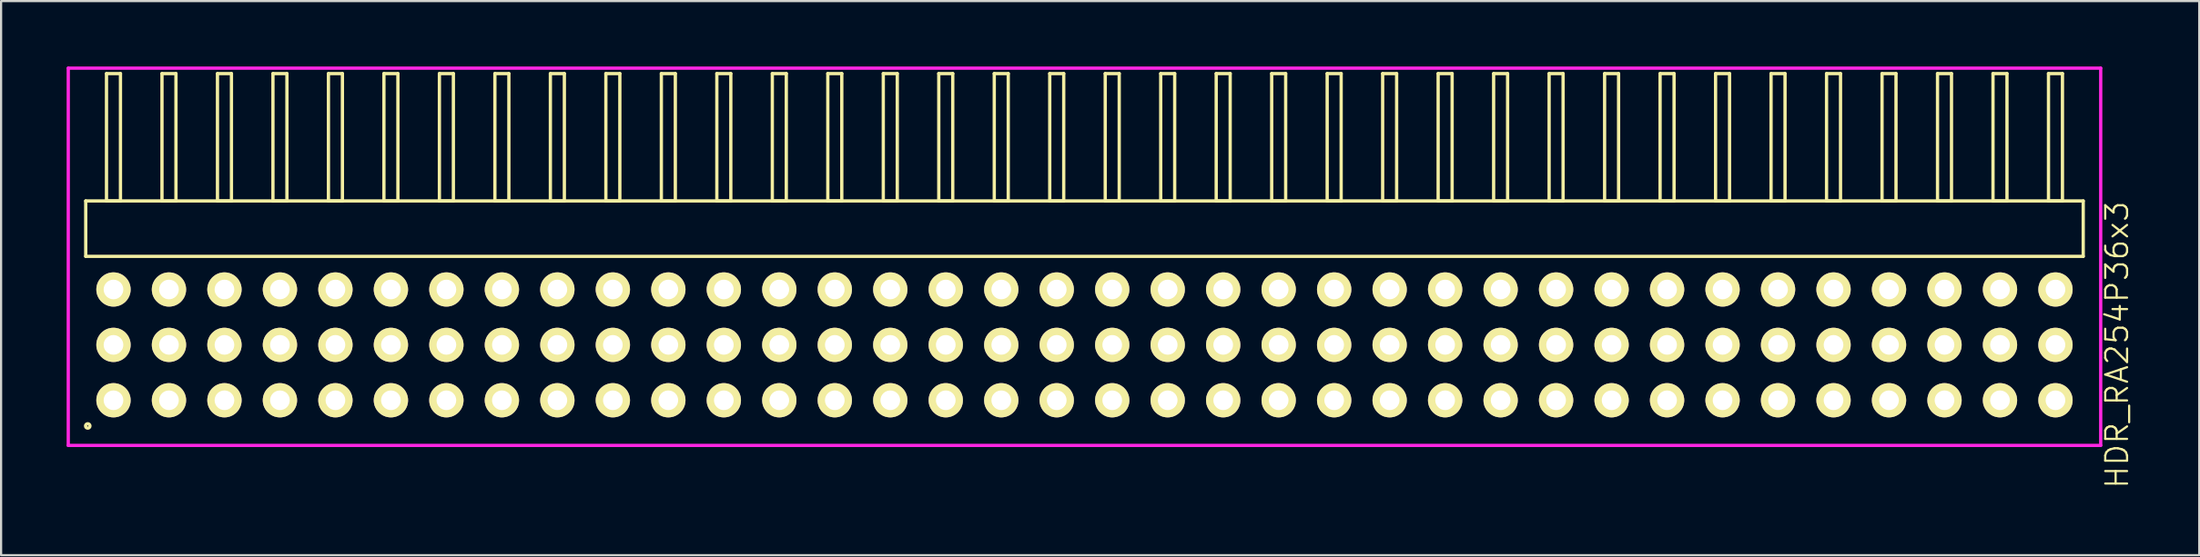
<source format=kicad_pcb>
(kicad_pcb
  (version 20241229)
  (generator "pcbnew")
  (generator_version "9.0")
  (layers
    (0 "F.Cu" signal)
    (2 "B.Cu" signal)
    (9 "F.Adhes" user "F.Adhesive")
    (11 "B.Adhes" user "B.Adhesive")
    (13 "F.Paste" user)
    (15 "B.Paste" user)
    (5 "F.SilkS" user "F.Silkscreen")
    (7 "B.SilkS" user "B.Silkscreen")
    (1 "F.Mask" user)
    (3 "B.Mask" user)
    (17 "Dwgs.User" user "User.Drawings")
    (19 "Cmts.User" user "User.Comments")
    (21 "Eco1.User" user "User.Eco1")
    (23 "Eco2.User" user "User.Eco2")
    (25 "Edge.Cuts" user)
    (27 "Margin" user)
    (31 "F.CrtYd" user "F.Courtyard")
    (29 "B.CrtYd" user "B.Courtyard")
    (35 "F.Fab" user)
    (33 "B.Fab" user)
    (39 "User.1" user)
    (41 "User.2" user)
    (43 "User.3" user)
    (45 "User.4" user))
  (footprint "HDR_RA254P36x3"
    (layer "F.Cu")
    (at 46.595 12.765)
    (property "Reference" "HDR_RA254P36x3" (at 47.27 0 90) (layer "F.SilkS") (effects (font (size 1 1) (thickness 0.1))))
    (attr through_hole)
    (fp_line (start -45.72 -6.6) (end -45.72 -4.06) (stroke (width 0.15) (type solid)) (layer "F.SilkS"))
    (fp_line (start -45.72 -4.06) (end 45.72 -4.06) (stroke (width 0.15) (type solid)) (layer "F.SilkS"))
    (fp_line (start -44.77 -12.44) (end -44.77 -6.6) (stroke (width 0.15) (type solid)) (layer "F.SilkS"))
    (fp_line (start -44.77 -6.6) (end -44.13 -6.6) (stroke (width 0.15) (type solid)) (layer "F.SilkS"))
    (fp_line (start -44.13 -12.44) (end -44.77 -12.44) (stroke (width 0.15) (type solid)) (layer "F.SilkS"))
    (fp_line (start -44.13 -6.6) (end -44.13 -12.44) (stroke (width 0.15) (type solid)) (layer "F.SilkS"))
    (fp_line (start -42.23 -12.44) (end -42.23 -6.6) (stroke (width 0.15) (type solid)) (layer "F.SilkS"))
    (fp_line (start -42.23 -6.6) (end -41.59 -6.6) (stroke (width 0.15) (type solid)) (layer "F.SilkS"))
    (fp_line (start -41.59 -12.44) (end -42.23 -12.44) (stroke (width 0.15) (type solid)) (layer "F.SilkS"))
    (fp_line (start -41.59 -6.6) (end -41.59 -12.44) (stroke (width 0.15) (type solid)) (layer "F.SilkS"))
    (fp_line (start -39.69 -12.44) (end -39.69 -6.6) (stroke (width 0.15) (type solid)) (layer "F.SilkS"))
    (fp_line (start -39.69 -6.6) (end -39.05 -6.6) (stroke (width 0.15) (type solid)) (layer "F.SilkS"))
    (fp_line (start -39.05 -12.44) (end -39.69 -12.44) (stroke (width 0.15) (type solid)) (layer "F.SilkS"))
    (fp_line (start -39.05 -6.6) (end -39.05 -12.44) (stroke (width 0.15) (type solid)) (layer "F.SilkS"))
    (fp_line (start -37.15 -12.44) (end -37.15 -6.6) (stroke (width 0.15) (type solid)) (layer "F.SilkS"))
    (fp_line (start -37.15 -6.6) (end -36.51 -6.6) (stroke (width 0.15) (type solid)) (layer "F.SilkS"))
    (fp_line (start -36.51 -12.44) (end -37.15 -12.44) (stroke (width 0.15) (type solid)) (layer "F.SilkS"))
    (fp_line (start -36.51 -6.6) (end -36.51 -12.44) (stroke (width 0.15) (type solid)) (layer "F.SilkS"))
    (fp_line (start -34.61 -12.44) (end -34.61 -6.6) (stroke (width 0.15) (type solid)) (layer "F.SilkS"))
    (fp_line (start -34.61 -6.6) (end -33.97 -6.6) (stroke (width 0.15) (type solid)) (layer "F.SilkS"))
    (fp_line (start -33.97 -12.44) (end -34.61 -12.44) (stroke (width 0.15) (type solid)) (layer "F.SilkS"))
    (fp_line (start -33.97 -6.6) (end -33.97 -12.44) (stroke (width 0.15) (type solid)) (layer "F.SilkS"))
    (fp_line (start -32.07 -12.44) (end -32.07 -6.6) (stroke (width 0.15) (type solid)) (layer "F.SilkS"))
    (fp_line (start -32.07 -6.6) (end -31.43 -6.6) (stroke (width 0.15) (type solid)) (layer "F.SilkS"))
    (fp_line (start -31.43 -12.44) (end -32.07 -12.44) (stroke (width 0.15) (type solid)) (layer "F.SilkS"))
    (fp_line (start -31.43 -6.6) (end -31.43 -12.44) (stroke (width 0.15) (type solid)) (layer "F.SilkS"))
    (fp_line (start -29.53 -12.44) (end -29.53 -6.6) (stroke (width 0.15) (type solid)) (layer "F.SilkS"))
    (fp_line (start -29.53 -6.6) (end -28.89 -6.6) (stroke (width 0.15) (type solid)) (layer "F.SilkS"))
    (fp_line (start -28.89 -12.44) (end -29.53 -12.44) (stroke (width 0.15) (type solid)) (layer "F.SilkS"))
    (fp_line (start -28.89 -6.6) (end -28.89 -12.44) (stroke (width 0.15) (type solid)) (layer "F.SilkS"))
    (fp_line (start -26.99 -12.44) (end -26.99 -6.6) (stroke (width 0.15) (type solid)) (layer "F.SilkS"))
    (fp_line (start -26.99 -6.6) (end -26.35 -6.6) (stroke (width 0.15) (type solid)) (layer "F.SilkS"))
    (fp_line (start -26.35 -12.44) (end -26.99 -12.44) (stroke (width 0.15) (type solid)) (layer "F.SilkS"))
    (fp_line (start -26.35 -6.6) (end -26.35 -12.44) (stroke (width 0.15) (type solid)) (layer "F.SilkS"))
    (fp_line (start -24.45 -12.44) (end -24.45 -6.6) (stroke (width 0.15) (type solid)) (layer "F.SilkS"))
    (fp_line (start -24.45 -6.6) (end -23.81 -6.6) (stroke (width 0.15) (type solid)) (layer "F.SilkS"))
    (fp_line (start -23.81 -12.44) (end -24.45 -12.44) (stroke (width 0.15) (type solid)) (layer "F.SilkS"))
    (fp_line (start -23.81 -6.6) (end -23.81 -12.44) (stroke (width 0.15) (type solid)) (layer "F.SilkS"))
    (fp_line (start -21.91 -12.44) (end -21.91 -6.6) (stroke (width 0.15) (type solid)) (layer "F.SilkS"))
    (fp_line (start -21.91 -6.6) (end -21.27 -6.6) (stroke (width 0.15) (type solid)) (layer "F.SilkS"))
    (fp_line (start -21.27 -12.44) (end -21.91 -12.44) (stroke (width 0.15) (type solid)) (layer "F.SilkS"))
    (fp_line (start -21.27 -6.6) (end -21.27 -12.44) (stroke (width 0.15) (type solid)) (layer "F.SilkS"))
    (fp_line (start -19.37 -12.44) (end -19.37 -6.6) (stroke (width 0.15) (type solid)) (layer "F.SilkS"))
    (fp_line (start -19.37 -6.6) (end -18.73 -6.6) (stroke (width 0.15) (type solid)) (layer "F.SilkS"))
    (fp_line (start -18.73 -12.44) (end -19.37 -12.44) (stroke (width 0.15) (type solid)) (layer "F.SilkS"))
    (fp_line (start -18.73 -6.6) (end -18.73 -12.44) (stroke (width 0.15) (type solid)) (layer "F.SilkS"))
    (fp_line (start -16.83 -12.44) (end -16.83 -6.6) (stroke (width 0.15) (type solid)) (layer "F.SilkS"))
    (fp_line (start -16.83 -6.6) (end -16.19 -6.6) (stroke (width 0.15) (type solid)) (layer "F.SilkS"))
    (fp_line (start -16.19 -12.44) (end -16.83 -12.44) (stroke (width 0.15) (type solid)) (layer "F.SilkS"))
    (fp_line (start -16.19 -6.6) (end -16.19 -12.44) (stroke (width 0.15) (type solid)) (layer "F.SilkS"))
    (fp_line (start -14.29 -12.44) (end -14.29 -6.6) (stroke (width 0.15) (type solid)) (layer "F.SilkS"))
    (fp_line (start -14.29 -6.6) (end -13.65 -6.6) (stroke (width 0.15) (type solid)) (layer "F.SilkS"))
    (fp_line (start -13.65 -12.44) (end -14.29 -12.44) (stroke (width 0.15) (type solid)) (layer "F.SilkS"))
    (fp_line (start -13.65 -6.6) (end -13.65 -12.44) (stroke (width 0.15) (type solid)) (layer "F.SilkS"))
    (fp_line (start -11.75 -12.44) (end -11.75 -6.6) (stroke (width 0.15) (type solid)) (layer "F.SilkS"))
    (fp_line (start -11.75 -6.6) (end -11.11 -6.6) (stroke (width 0.15) (type solid)) (layer "F.SilkS"))
    (fp_line (start -11.11 -12.44) (end -11.75 -12.44) (stroke (width 0.15) (type solid)) (layer "F.SilkS"))
    (fp_line (start -11.11 -6.6) (end -11.11 -12.44) (stroke (width 0.15) (type solid)) (layer "F.SilkS"))
    (fp_line (start -9.21 -12.44) (end -9.21 -6.6) (stroke (width 0.15) (type solid)) (layer "F.SilkS"))
    (fp_line (start -9.21 -6.6) (end -8.57 -6.6) (stroke (width 0.15) (type solid)) (layer "F.SilkS"))
    (fp_line (start -8.57 -12.44) (end -9.21 -12.44) (stroke (width 0.15) (type solid)) (layer "F.SilkS"))
    (fp_line (start -8.57 -6.6) (end -8.57 -12.44) (stroke (width 0.15) (type solid)) (layer "F.SilkS"))
    (fp_line (start -6.67 -12.44) (end -6.67 -6.6) (stroke (width 0.15) (type solid)) (layer "F.SilkS"))
    (fp_line (start -6.67 -6.6) (end -6.03 -6.6) (stroke (width 0.15) (type solid)) (layer "F.SilkS"))
    (fp_line (start -6.03 -12.44) (end -6.67 -12.44) (stroke (width 0.15) (type solid)) (layer "F.SilkS"))
    (fp_line (start -6.03 -6.6) (end -6.03 -12.44) (stroke (width 0.15) (type solid)) (layer "F.SilkS"))
    (fp_line (start -4.13 -12.44) (end -4.13 -6.6) (stroke (width 0.15) (type solid)) (layer "F.SilkS"))
    (fp_line (start -4.13 -6.6) (end -3.49 -6.6) (stroke (width 0.15) (type solid)) (layer "F.SilkS"))
    (fp_line (start -3.49 -12.44) (end -4.13 -12.44) (stroke (width 0.15) (type solid)) (layer "F.SilkS"))
    (fp_line (start -3.49 -6.6) (end -3.49 -12.44) (stroke (width 0.15) (type solid)) (layer "F.SilkS"))
    (fp_line (start -1.59 -12.44) (end -1.59 -6.6) (stroke (width 0.15) (type solid)) (layer "F.SilkS"))
    (fp_line (start -1.59 -6.6) (end -0.95 -6.6) (stroke (width 0.15) (type solid)) (layer "F.SilkS"))
    (fp_line (start -0.95 -12.44) (end -1.59 -12.44) (stroke (width 0.15) (type solid)) (layer "F.SilkS"))
    (fp_line (start -0.95 -6.6) (end -0.95 -12.44) (stroke (width 0.15) (type solid)) (layer "F.SilkS"))
    (fp_line (start 0.95 -12.44) (end 0.95 -6.6) (stroke (width 0.15) (type solid)) (layer "F.SilkS"))
    (fp_line (start 0.95 -6.6) (end 1.59 -6.6) (stroke (width 0.15) (type solid)) (layer "F.SilkS"))
    (fp_line (start 1.59 -12.44) (end 0.95 -12.44) (stroke (width 0.15) (type solid)) (layer "F.SilkS"))
    (fp_line (start 1.59 -6.6) (end 1.59 -12.44) (stroke (width 0.15) (type solid)) (layer "F.SilkS"))
    (fp_line (start 3.49 -12.44) (end 3.49 -6.6) (stroke (width 0.15) (type solid)) (layer "F.SilkS"))
    (fp_line (start 3.49 -6.6) (end 4.13 -6.6) (stroke (width 0.15) (type solid)) (layer "F.SilkS"))
    (fp_line (start 4.13 -12.44) (end 3.49 -12.44) (stroke (width 0.15) (type solid)) (layer "F.SilkS"))
    (fp_line (start 4.13 -6.6) (end 4.13 -12.44) (stroke (width 0.15) (type solid)) (layer "F.SilkS"))
    (fp_line (start 6.03 -12.44) (end 6.03 -6.6) (stroke (width 0.15) (type solid)) (layer "F.SilkS"))
    (fp_line (start 6.03 -6.6) (end 6.67 -6.6) (stroke (width 0.15) (type solid)) (layer "F.SilkS"))
    (fp_line (start 6.67 -12.44) (end 6.03 -12.44) (stroke (width 0.15) (type solid)) (layer "F.SilkS"))
    (fp_line (start 6.67 -6.6) (end 6.67 -12.44) (stroke (width 0.15) (type solid)) (layer "F.SilkS"))
    (fp_line (start 8.57 -12.44) (end 8.57 -6.6) (stroke (width 0.15) (type solid)) (layer "F.SilkS"))
    (fp_line (start 8.57 -6.6) (end 9.21 -6.6) (stroke (width 0.15) (type solid)) (layer "F.SilkS"))
    (fp_line (start 9.21 -12.44) (end 8.57 -12.44) (stroke (width 0.15) (type solid)) (layer "F.SilkS"))
    (fp_line (start 9.21 -6.6) (end 9.21 -12.44) (stroke (width 0.15) (type solid)) (layer "F.SilkS"))
    (fp_line (start 11.11 -12.44) (end 11.11 -6.6) (stroke (width 0.15) (type solid)) (layer "F.SilkS"))
    (fp_line (start 11.11 -6.6) (end 11.75 -6.6) (stroke (width 0.15) (type solid)) (layer "F.SilkS"))
    (fp_line (start 11.75 -12.44) (end 11.11 -12.44) (stroke (width 0.15) (type solid)) (layer "F.SilkS"))
    (fp_line (start 11.75 -6.6) (end 11.75 -12.44) (stroke (width 0.15) (type solid)) (layer "F.SilkS"))
    (fp_line (start 13.65 -12.44) (end 13.65 -6.6) (stroke (width 0.15) (type solid)) (layer "F.SilkS"))
    (fp_line (start 13.65 -6.6) (end 14.29 -6.6) (stroke (width 0.15) (type solid)) (layer "F.SilkS"))
    (fp_line (start 14.29 -12.44) (end 13.65 -12.44) (stroke (width 0.15) (type solid)) (layer "F.SilkS"))
    (fp_line (start 14.29 -6.6) (end 14.29 -12.44) (stroke (width 0.15) (type solid)) (layer "F.SilkS"))
    (fp_line (start 16.19 -12.44) (end 16.19 -6.6) (stroke (width 0.15) (type solid)) (layer "F.SilkS"))
    (fp_line (start 16.19 -6.6) (end 16.83 -6.6) (stroke (width 0.15) (type solid)) (layer "F.SilkS"))
    (fp_line (start 16.83 -12.44) (end 16.19 -12.44) (stroke (width 0.15) (type solid)) (layer "F.SilkS"))
    (fp_line (start 16.83 -6.6) (end 16.83 -12.44) (stroke (width 0.15) (type solid)) (layer "F.SilkS"))
    (fp_line (start 18.73 -12.44) (end 18.73 -6.6) (stroke (width 0.15) (type solid)) (layer "F.SilkS"))
    (fp_line (start 18.73 -6.6) (end 19.37 -6.6) (stroke (width 0.15) (type solid)) (layer "F.SilkS"))
    (fp_line (start 19.37 -12.44) (end 18.73 -12.44) (stroke (width 0.15) (type solid)) (layer "F.SilkS"))
    (fp_line (start 19.37 -6.6) (end 19.37 -12.44) (stroke (width 0.15) (type solid)) (layer "F.SilkS"))
    (fp_line (start 21.27 -12.44) (end 21.27 -6.6) (stroke (width 0.15) (type solid)) (layer "F.SilkS"))
    (fp_line (start 21.27 -6.6) (end 21.91 -6.6) (stroke (width 0.15) (type solid)) (layer "F.SilkS"))
    (fp_line (start 21.91 -12.44) (end 21.27 -12.44) (stroke (width 0.15) (type solid)) (layer "F.SilkS"))
    (fp_line (start 21.91 -6.6) (end 21.91 -12.44) (stroke (width 0.15) (type solid)) (layer "F.SilkS"))
    (fp_line (start 23.81 -12.44) (end 23.81 -6.6) (stroke (width 0.15) (type solid)) (layer "F.SilkS"))
    (fp_line (start 23.81 -6.6) (end 24.45 -6.6) (stroke (width 0.15) (type solid)) (layer "F.SilkS"))
    (fp_line (start 24.45 -12.44) (end 23.81 -12.44) (stroke (width 0.15) (type solid)) (layer "F.SilkS"))
    (fp_line (start 24.45 -6.6) (end 24.45 -12.44) (stroke (width 0.15) (type solid)) (layer "F.SilkS"))
    (fp_line (start 26.35 -12.44) (end 26.35 -6.6) (stroke (width 0.15) (type solid)) (layer "F.SilkS"))
    (fp_line (start 26.35 -6.6) (end 26.99 -6.6) (stroke (width 0.15) (type solid)) (layer "F.SilkS"))
    (fp_line (start 26.99 -12.44) (end 26.35 -12.44) (stroke (width 0.15) (type solid)) (layer "F.SilkS"))
    (fp_line (start 26.99 -6.6) (end 26.99 -12.44) (stroke (width 0.15) (type solid)) (layer "F.SilkS"))
    (fp_line (start 28.89 -12.44) (end 28.89 -6.6) (stroke (width 0.15) (type solid)) (layer "F.SilkS"))
    (fp_line (start 28.89 -6.6) (end 29.53 -6.6) (stroke (width 0.15) (type solid)) (layer "F.SilkS"))
    (fp_line (start 29.53 -12.44) (end 28.89 -12.44) (stroke (width 0.15) (type solid)) (layer "F.SilkS"))
    (fp_line (start 29.53 -6.6) (end 29.53 -12.44) (stroke (width 0.15) (type solid)) (layer "F.SilkS"))
    (fp_line (start 31.43 -12.44) (end 31.43 -6.6) (stroke (width 0.15) (type solid)) (layer "F.SilkS"))
    (fp_line (start 31.43 -6.6) (end 32.07 -6.6) (stroke (width 0.15) (type solid)) (layer "F.SilkS"))
    (fp_line (start 32.07 -12.44) (end 31.43 -12.44) (stroke (width 0.15) (type solid)) (layer "F.SilkS"))
    (fp_line (start 32.07 -6.6) (end 32.07 -12.44) (stroke (width 0.15) (type solid)) (layer "F.SilkS"))
    (fp_line (start 33.97 -12.44) (end 33.97 -6.6) (stroke (width 0.15) (type solid)) (layer "F.SilkS"))
    (fp_line (start 33.97 -6.6) (end 34.61 -6.6) (stroke (width 0.15) (type solid)) (layer "F.SilkS"))
    (fp_line (start 34.61 -12.44) (end 33.97 -12.44) (stroke (width 0.15) (type solid)) (layer "F.SilkS"))
    (fp_line (start 34.61 -6.6) (end 34.61 -12.44) (stroke (width 0.15) (type solid)) (layer "F.SilkS"))
    (fp_line (start 36.51 -12.44) (end 36.51 -6.6) (stroke (width 0.15) (type solid)) (layer "F.SilkS"))
    (fp_line (start 36.51 -6.6) (end 37.15 -6.6) (stroke (width 0.15) (type solid)) (layer "F.SilkS"))
    (fp_line (start 37.15 -12.44) (end 36.51 -12.44) (stroke (width 0.15) (type solid)) (layer "F.SilkS"))
    (fp_line (start 37.15 -6.6) (end 37.15 -12.44) (stroke (width 0.15) (type solid)) (layer "F.SilkS"))
    (fp_line (start 39.05 -12.44) (end 39.05 -6.6) (stroke (width 0.15) (type solid)) (layer "F.SilkS"))
    (fp_line (start 39.05 -6.6) (end 39.69 -6.6) (stroke (width 0.15) (type solid)) (layer "F.SilkS"))
    (fp_line (start 39.69 -12.44) (end 39.05 -12.44) (stroke (width 0.15) (type solid)) (layer "F.SilkS"))
    (fp_line (start 39.69 -6.6) (end 39.69 -12.44) (stroke (width 0.15) (type solid)) (layer "F.SilkS"))
    (fp_line (start 41.59 -12.44) (end 41.59 -6.6) (stroke (width 0.15) (type solid)) (layer "F.SilkS"))
    (fp_line (start 41.59 -6.6) (end 42.23 -6.6) (stroke (width 0.15) (type solid)) (layer "F.SilkS"))
    (fp_line (start 42.23 -12.44) (end 41.59 -12.44) (stroke (width 0.15) (type solid)) (layer "F.SilkS"))
    (fp_line (start 42.23 -6.6) (end 42.23 -12.44) (stroke (width 0.15) (type solid)) (layer "F.SilkS"))
    (fp_line (start 44.13 -12.44) (end 44.13 -6.6) (stroke (width 0.15) (type solid)) (layer "F.SilkS"))
    (fp_line (start 44.13 -6.6) (end 44.77 -6.6) (stroke (width 0.15) (type solid)) (layer "F.SilkS"))
    (fp_line (start 44.77 -12.44) (end 44.13 -12.44) (stroke (width 0.15) (type solid)) (layer "F.SilkS"))
    (fp_line (start 44.77 -6.6) (end 44.77 -12.44) (stroke (width 0.15) (type solid)) (layer "F.SilkS"))
    (fp_line (start 45.72 -6.6) (end -45.72 -6.6) (stroke (width 0.15) (type solid)) (layer "F.SilkS"))
    (fp_line (start 45.72 -4.06) (end 45.72 -6.6) (stroke (width 0.15) (type solid)) (layer "F.SilkS"))
    (fp_circle (center -45.628 3.718) (end -45.527 3.718) (stroke (width 0.15) (type solid)) (fill no) (layer "F.SilkS"))
    (fp_line (start -46.52 -12.69) (end -46.52 4.61) (stroke (width 0.15) (type solid)) (layer "F.CrtYd"))
    (fp_line (start -46.52 4.61) (end 46.52 4.61) (stroke (width 0.15) (type solid)) (layer "F.CrtYd"))
    (fp_line (start 46.52 -12.69) (end -46.52 -12.69) (stroke (width 0.15) (type solid)) (layer "F.CrtYd"))
    (fp_line (start 46.52 4.61) (end 46.52 -12.69) (stroke (width 0.15) (type solid)) (layer "F.CrtYd"))
    (pad "1" thru_hole oval (at -44.45 2.54) (size 1.57 1.57) (drill 0.9) (layers "*.Cu" "*.Mask" "F.SilkS"))
    (pad "2" thru_hole oval (at -44.45 0) (size 1.57 1.57) (drill 0.9) (layers "*.Cu" "*.Mask" "F.SilkS"))
    (pad "3" thru_hole oval (at -44.45 -2.54) (size 1.57 1.57) (drill 0.9) (layers "*.Cu" "*.Mask" "F.SilkS"))
    (pad "4" thru_hole oval (at -41.91 2.54) (size 1.57 1.57) (drill 0.9) (layers "*.Cu" "*.Mask" "F.SilkS"))
    (pad "5" thru_hole oval (at -41.91 0) (size 1.57 1.57) (drill 0.9) (layers "*.Cu" "*.Mask" "F.SilkS"))
    (pad "6" thru_hole oval (at -41.91 -2.54) (size 1.57 1.57) (drill 0.9) (layers "*.Cu" "*.Mask" "F.SilkS"))
    (pad "7" thru_hole oval (at -39.37 2.54) (size 1.57 1.57) (drill 0.9) (layers "*.Cu" "*.Mask" "F.SilkS"))
    (pad "8" thru_hole oval (at -39.37 0) (size 1.57 1.57) (drill 0.9) (layers "*.Cu" "*.Mask" "F.SilkS"))
    (pad "9" thru_hole oval (at -39.37 -2.54) (size 1.57 1.57) (drill 0.9) (layers "*.Cu" "*.Mask" "F.SilkS"))
    (pad "10" thru_hole oval (at -36.83 2.54) (size 1.57 1.57) (drill 0.9) (layers "*.Cu" "*.Mask" "F.SilkS"))
    (pad "11" thru_hole oval (at -36.83 0) (size 1.57 1.57) (drill 0.9) (layers "*.Cu" "*.Mask" "F.SilkS"))
    (pad "12" thru_hole oval (at -36.83 -2.54) (size 1.57 1.57) (drill 0.9) (layers "*.Cu" "*.Mask" "F.SilkS"))
    (pad "13" thru_hole oval (at -34.29 2.54) (size 1.57 1.57) (drill 0.9) (layers "*.Cu" "*.Mask" "F.SilkS"))
    (pad "14" thru_hole oval (at -34.29 0) (size 1.57 1.57) (drill 0.9) (layers "*.Cu" "*.Mask" "F.SilkS"))
    (pad "15" thru_hole oval (at -34.29 -2.54) (size 1.57 1.57) (drill 0.9) (layers "*.Cu" "*.Mask" "F.SilkS"))
    (pad "16" thru_hole oval (at -31.75 2.54) (size 1.57 1.57) (drill 0.9) (layers "*.Cu" "*.Mask" "F.SilkS"))
    (pad "17" thru_hole oval (at -31.75 0) (size 1.57 1.57) (drill 0.9) (layers "*.Cu" "*.Mask" "F.SilkS"))
    (pad "18" thru_hole oval (at -31.75 -2.54) (size 1.57 1.57) (drill 0.9) (layers "*.Cu" "*.Mask" "F.SilkS"))
    (pad "19" thru_hole oval (at -29.21 2.54) (size 1.57 1.57) (drill 0.9) (layers "*.Cu" "*.Mask" "F.SilkS"))
    (pad "20" thru_hole oval (at -29.21 0) (size 1.57 1.57) (drill 0.9) (layers "*.Cu" "*.Mask" "F.SilkS"))
    (pad "21" thru_hole oval (at -29.21 -2.54) (size 1.57 1.57) (drill 0.9) (layers "*.Cu" "*.Mask" "F.SilkS"))
    (pad "22" thru_hole oval (at -26.67 2.54) (size 1.57 1.57) (drill 0.9) (layers "*.Cu" "*.Mask" "F.SilkS"))
    (pad "23" thru_hole oval (at -26.67 0) (size 1.57 1.57) (drill 0.9) (layers "*.Cu" "*.Mask" "F.SilkS"))
    (pad "24" thru_hole oval (at -26.67 -2.54) (size 1.57 1.57) (drill 0.9) (layers "*.Cu" "*.Mask" "F.SilkS"))
    (pad "25" thru_hole oval (at -24.13 2.54) (size 1.57 1.57) (drill 0.9) (layers "*.Cu" "*.Mask" "F.SilkS"))
    (pad "26" thru_hole oval (at -24.13 0) (size 1.57 1.57) (drill 0.9) (layers "*.Cu" "*.Mask" "F.SilkS"))
    (pad "27" thru_hole oval (at -24.13 -2.54) (size 1.57 1.57) (drill 0.9) (layers "*.Cu" "*.Mask" "F.SilkS"))
    (pad "28" thru_hole oval (at -21.59 2.54) (size 1.57 1.57) (drill 0.9) (layers "*.Cu" "*.Mask" "F.SilkS"))
    (pad "29" thru_hole oval (at -21.59 0) (size 1.57 1.57) (drill 0.9) (layers "*.Cu" "*.Mask" "F.SilkS"))
    (pad "30" thru_hole oval (at -21.59 -2.54) (size 1.57 1.57) (drill 0.9) (layers "*.Cu" "*.Mask" "F.SilkS"))
    (pad "31" thru_hole oval (at -19.05 2.54) (size 1.57 1.57) (drill 0.9) (layers "*.Cu" "*.Mask" "F.SilkS"))
    (pad "32" thru_hole oval (at -19.05 0) (size 1.57 1.57) (drill 0.9) (layers "*.Cu" "*.Mask" "F.SilkS"))
    (pad "33" thru_hole oval (at -19.05 -2.54) (size 1.57 1.57) (drill 0.9) (layers "*.Cu" "*.Mask" "F.SilkS"))
    (pad "34" thru_hole oval (at -16.51 2.54) (size 1.57 1.57) (drill 0.9) (layers "*.Cu" "*.Mask" "F.SilkS"))
    (pad "35" thru_hole oval (at -16.51 0) (size 1.57 1.57) (drill 0.9) (layers "*.Cu" "*.Mask" "F.SilkS"))
    (pad "36" thru_hole oval (at -16.51 -2.54) (size 1.57 1.57) (drill 0.9) (layers "*.Cu" "*.Mask" "F.SilkS"))
    (pad "37" thru_hole oval (at -13.97 2.54) (size 1.57 1.57) (drill 0.9) (layers "*.Cu" "*.Mask" "F.SilkS"))
    (pad "38" thru_hole oval (at -13.97 0) (size 1.57 1.57) (drill 0.9) (layers "*.Cu" "*.Mask" "F.SilkS"))
    (pad "39" thru_hole oval (at -13.97 -2.54) (size 1.57 1.57) (drill 0.9) (layers "*.Cu" "*.Mask" "F.SilkS"))
    (pad "40" thru_hole oval (at -11.43 2.54) (size 1.57 1.57) (drill 0.9) (layers "*.Cu" "*.Mask" "F.SilkS"))
    (pad "41" thru_hole oval (at -11.43 0) (size 1.57 1.57) (drill 0.9) (layers "*.Cu" "*.Mask" "F.SilkS"))
    (pad "42" thru_hole oval (at -11.43 -2.54) (size 1.57 1.57) (drill 0.9) (layers "*.Cu" "*.Mask" "F.SilkS"))
    (pad "43" thru_hole oval (at -8.89 2.54) (size 1.57 1.57) (drill 0.9) (layers "*.Cu" "*.Mask" "F.SilkS"))
    (pad "44" thru_hole oval (at -8.89 0) (size 1.57 1.57) (drill 0.9) (layers "*.Cu" "*.Mask" "F.SilkS"))
    (pad "45" thru_hole oval (at -8.89 -2.54) (size 1.57 1.57) (drill 0.9) (layers "*.Cu" "*.Mask" "F.SilkS"))
    (pad "46" thru_hole oval (at -6.35 2.54) (size 1.57 1.57) (drill 0.9) (layers "*.Cu" "*.Mask" "F.SilkS"))
    (pad "47" thru_hole oval (at -6.35 0) (size 1.57 1.57) (drill 0.9) (layers "*.Cu" "*.Mask" "F.SilkS"))
    (pad "48" thru_hole oval (at -6.35 -2.54) (size 1.57 1.57) (drill 0.9) (layers "*.Cu" "*.Mask" "F.SilkS"))
    (pad "49" thru_hole oval (at -3.81 2.54) (size 1.57 1.57) (drill 0.9) (layers "*.Cu" "*.Mask" "F.SilkS"))
    (pad "50" thru_hole oval (at -3.81 0) (size 1.57 1.57) (drill 0.9) (layers "*.Cu" "*.Mask" "F.SilkS"))
    (pad "51" thru_hole oval (at -3.81 -2.54) (size 1.57 1.57) (drill 0.9) (layers "*.Cu" "*.Mask" "F.SilkS"))
    (pad "52" thru_hole oval (at -1.27 2.54) (size 1.57 1.57) (drill 0.9) (layers "*.Cu" "*.Mask" "F.SilkS"))
    (pad "53" thru_hole oval (at -1.27 0) (size 1.57 1.57) (drill 0.9) (layers "*.Cu" "*.Mask" "F.SilkS"))
    (pad "54" thru_hole oval (at -1.27 -2.54) (size 1.57 1.57) (drill 0.9) (layers "*.Cu" "*.Mask" "F.SilkS"))
    (pad "55" thru_hole oval (at 1.27 2.54) (size 1.57 1.57) (drill 0.9) (layers "*.Cu" "*.Mask" "F.SilkS"))
    (pad "56" thru_hole oval (at 1.27 0) (size 1.57 1.57) (drill 0.9) (layers "*.Cu" "*.Mask" "F.SilkS"))
    (pad "57" thru_hole oval (at 1.27 -2.54) (size 1.57 1.57) (drill 0.9) (layers "*.Cu" "*.Mask" "F.SilkS"))
    (pad "58" thru_hole oval (at 3.81 2.54) (size 1.57 1.57) (drill 0.9) (layers "*.Cu" "*.Mask" "F.SilkS"))
    (pad "59" thru_hole oval (at 3.81 0) (size 1.57 1.57) (drill 0.9) (layers "*.Cu" "*.Mask" "F.SilkS"))
    (pad "60" thru_hole oval (at 3.81 -2.54) (size 1.57 1.57) (drill 0.9) (layers "*.Cu" "*.Mask" "F.SilkS"))
    (pad "61" thru_hole oval (at 6.35 2.54) (size 1.57 1.57) (drill 0.9) (layers "*.Cu" "*.Mask" "F.SilkS"))
    (pad "62" thru_hole oval (at 6.35 0) (size 1.57 1.57) (drill 0.9) (layers "*.Cu" "*.Mask" "F.SilkS"))
    (pad "63" thru_hole oval (at 6.35 -2.54) (size 1.57 1.57) (drill 0.9) (layers "*.Cu" "*.Mask" "F.SilkS"))
    (pad "64" thru_hole oval (at 8.89 2.54) (size 1.57 1.57) (drill 0.9) (layers "*.Cu" "*.Mask" "F.SilkS"))
    (pad "65" thru_hole oval (at 8.89 0) (size 1.57 1.57) (drill 0.9) (layers "*.Cu" "*.Mask" "F.SilkS"))
    (pad "66" thru_hole oval (at 8.89 -2.54) (size 1.57 1.57) (drill 0.9) (layers "*.Cu" "*.Mask" "F.SilkS"))
    (pad "67" thru_hole oval (at 11.43 2.54) (size 1.57 1.57) (drill 0.9) (layers "*.Cu" "*.Mask" "F.SilkS"))
    (pad "68" thru_hole oval (at 11.43 0) (size 1.57 1.57) (drill 0.9) (layers "*.Cu" "*.Mask" "F.SilkS"))
    (pad "69" thru_hole oval (at 11.43 -2.54) (size 1.57 1.57) (drill 0.9) (layers "*.Cu" "*.Mask" "F.SilkS"))
    (pad "70" thru_hole oval (at 13.97 2.54) (size 1.57 1.57) (drill 0.9) (layers "*.Cu" "*.Mask" "F.SilkS"))
    (pad "71" thru_hole oval (at 13.97 0) (size 1.57 1.57) (drill 0.9) (layers "*.Cu" "*.Mask" "F.SilkS"))
    (pad "72" thru_hole oval (at 13.97 -2.54) (size 1.57 1.57) (drill 0.9) (layers "*.Cu" "*.Mask" "F.SilkS"))
    (pad "73" thru_hole oval (at 16.51 2.54) (size 1.57 1.57) (drill 0.9) (layers "*.Cu" "*.Mask" "F.SilkS"))
    (pad "74" thru_hole oval (at 16.51 0) (size 1.57 1.57) (drill 0.9) (layers "*.Cu" "*.Mask" "F.SilkS"))
    (pad "75" thru_hole oval (at 16.51 -2.54) (size 1.57 1.57) (drill 0.9) (layers "*.Cu" "*.Mask" "F.SilkS"))
    (pad "76" thru_hole oval (at 19.05 2.54) (size 1.57 1.57) (drill 0.9) (layers "*.Cu" "*.Mask" "F.SilkS"))
    (pad "77" thru_hole oval (at 19.05 0) (size 1.57 1.57) (drill 0.9) (layers "*.Cu" "*.Mask" "F.SilkS"))
    (pad "78" thru_hole oval (at 19.05 -2.54) (size 1.57 1.57) (drill 0.9) (layers "*.Cu" "*.Mask" "F.SilkS"))
    (pad "79" thru_hole oval (at 21.59 2.54) (size 1.57 1.57) (drill 0.9) (layers "*.Cu" "*.Mask" "F.SilkS"))
    (pad "80" thru_hole oval (at 21.59 0) (size 1.57 1.57) (drill 0.9) (layers "*.Cu" "*.Mask" "F.SilkS"))
    (pad "81" thru_hole oval (at 21.59 -2.54) (size 1.57 1.57) (drill 0.9) (layers "*.Cu" "*.Mask" "F.SilkS"))
    (pad "82" thru_hole oval (at 24.13 2.54) (size 1.57 1.57) (drill 0.9) (layers "*.Cu" "*.Mask" "F.SilkS"))
    (pad "83" thru_hole oval (at 24.13 0) (size 1.57 1.57) (drill 0.9) (layers "*.Cu" "*.Mask" "F.SilkS"))
    (pad "84" thru_hole oval (at 24.13 -2.54) (size 1.57 1.57) (drill 0.9) (layers "*.Cu" "*.Mask" "F.SilkS"))
    (pad "85" thru_hole oval (at 26.67 2.54) (size 1.57 1.57) (drill 0.9) (layers "*.Cu" "*.Mask" "F.SilkS"))
    (pad "86" thru_hole oval (at 26.67 0) (size 1.57 1.57) (drill 0.9) (layers "*.Cu" "*.Mask" "F.SilkS"))
    (pad "87" thru_hole oval (at 26.67 -2.54) (size 1.57 1.57) (drill 0.9) (layers "*.Cu" "*.Mask" "F.SilkS"))
    (pad "88" thru_hole oval (at 29.21 2.54) (size 1.57 1.57) (drill 0.9) (layers "*.Cu" "*.Mask" "F.SilkS"))
    (pad "89" thru_hole oval (at 29.21 0) (size 1.57 1.57) (drill 0.9) (layers "*.Cu" "*.Mask" "F.SilkS"))
    (pad "90" thru_hole oval (at 29.21 -2.54) (size 1.57 1.57) (drill 0.9) (layers "*.Cu" "*.Mask" "F.SilkS"))
    (pad "91" thru_hole oval (at 31.75 2.54) (size 1.57 1.57) (drill 0.9) (layers "*.Cu" "*.Mask" "F.SilkS"))
    (pad "92" thru_hole oval (at 31.75 0) (size 1.57 1.57) (drill 0.9) (layers "*.Cu" "*.Mask" "F.SilkS"))
    (pad "93" thru_hole oval (at 31.75 -2.54) (size 1.57 1.57) (drill 0.9) (layers "*.Cu" "*.Mask" "F.SilkS"))
    (pad "94" thru_hole oval (at 34.29 2.54) (size 1.57 1.57) (drill 0.9) (layers "*.Cu" "*.Mask" "F.SilkS"))
    (pad "95" thru_hole oval (at 34.29 0) (size 1.57 1.57) (drill 0.9) (layers "*.Cu" "*.Mask" "F.SilkS"))
    (pad "96" thru_hole oval (at 34.29 -2.54) (size 1.57 1.57) (drill 0.9) (layers "*.Cu" "*.Mask" "F.SilkS"))
    (pad "97" thru_hole oval (at 36.83 2.54) (size 1.57 1.57) (drill 0.9) (layers "*.Cu" "*.Mask" "F.SilkS"))
    (pad "98" thru_hole oval (at 36.83 0) (size 1.57 1.57) (drill 0.9) (layers "*.Cu" "*.Mask" "F.SilkS"))
    (pad "99" thru_hole oval (at 36.83 -2.54) (size 1.57 1.57) (drill 0.9) (layers "*.Cu" "*.Mask" "F.SilkS"))
    (pad "100" thru_hole oval (at 39.37 2.54) (size 1.57 1.57) (drill 0.9) (layers "*.Cu" "*.Mask" "F.SilkS"))
    (pad "101" thru_hole oval (at 39.37 0) (size 1.57 1.57) (drill 0.9) (layers "*.Cu" "*.Mask" "F.SilkS"))
    (pad "102" thru_hole oval (at 39.37 -2.54) (size 1.57 1.57) (drill 0.9) (layers "*.Cu" "*.Mask" "F.SilkS"))
    (pad "103" thru_hole oval (at 41.91 2.54) (size 1.57 1.57) (drill 0.9) (layers "*.Cu" "*.Mask" "F.SilkS"))
    (pad "104" thru_hole oval (at 41.91 0) (size 1.57 1.57) (drill 0.9) (layers "*.Cu" "*.Mask" "F.SilkS"))
    (pad "105" thru_hole oval (at 41.91 -2.54) (size 1.57 1.57) (drill 0.9) (layers "*.Cu" "*.Mask" "F.SilkS"))
    (pad "106" thru_hole oval (at 44.45 2.54) (size 1.57 1.57) (drill 0.9) (layers "*.Cu" "*.Mask" "F.SilkS"))
    (pad "107" thru_hole oval (at 44.45 0) (size 1.57 1.57) (drill 0.9) (layers "*.Cu" "*.Mask" "F.SilkS"))
    (pad "108" thru_hole oval (at 44.45 -2.54) (size 1.57 1.57) (drill 0.9) (layers "*.Cu" "*.Mask" "F.SilkS")))
  (gr_rect
    (start -3 -3)
    (end 97.626 22.41)
    (stroke (width 0.1) (type default))
    (fill no)
    (layer "Edge.Cuts")))
</source>
